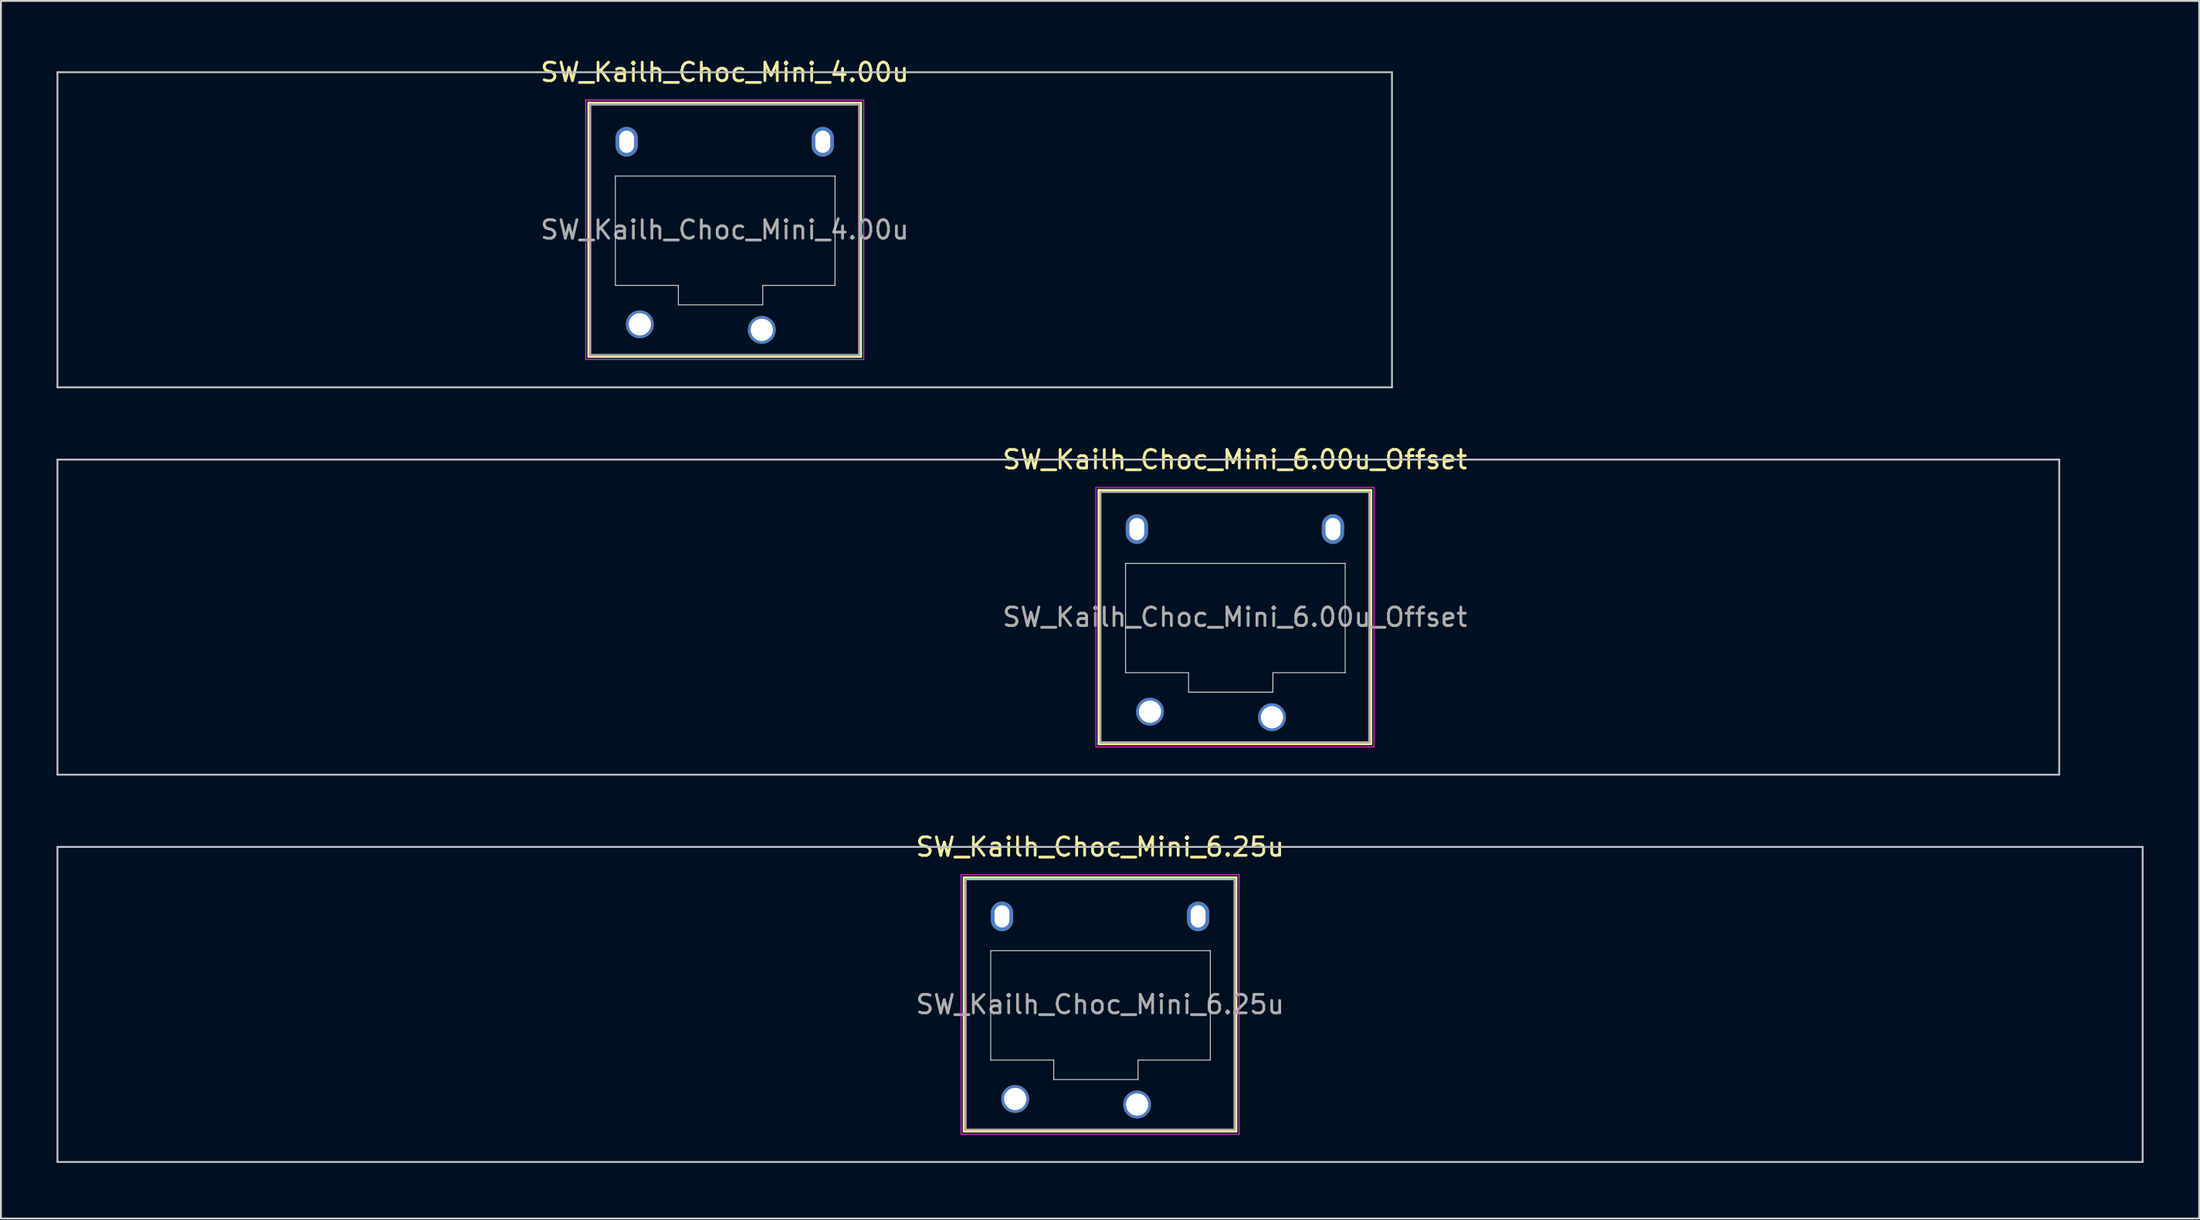
<source format=kicad_pcb>
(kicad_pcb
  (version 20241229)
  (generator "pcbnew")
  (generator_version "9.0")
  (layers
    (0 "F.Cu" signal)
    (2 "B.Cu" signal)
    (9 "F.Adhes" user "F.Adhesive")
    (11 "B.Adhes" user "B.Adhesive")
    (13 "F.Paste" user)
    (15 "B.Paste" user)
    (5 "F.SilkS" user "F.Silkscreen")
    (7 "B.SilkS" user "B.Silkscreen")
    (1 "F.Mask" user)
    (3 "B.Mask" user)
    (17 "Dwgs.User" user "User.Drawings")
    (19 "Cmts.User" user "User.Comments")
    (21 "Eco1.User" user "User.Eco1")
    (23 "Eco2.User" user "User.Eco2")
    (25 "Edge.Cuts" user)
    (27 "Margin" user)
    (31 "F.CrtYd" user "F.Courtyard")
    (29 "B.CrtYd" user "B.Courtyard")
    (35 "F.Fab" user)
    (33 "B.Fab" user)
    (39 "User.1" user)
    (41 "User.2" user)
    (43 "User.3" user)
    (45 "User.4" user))
  (footprint "SW_Kailh_Choc_Mini_6.25u"
    (layer "F.Cu")
    (at 56.3 51.145)
    (property "Reference" "SW_Kailh_Choc_Mini_6.25u" (at 0 -8.5 0) (layer "F.SilkS") (effects (font (size 1 1) (thickness 0.15))))
    (attr through_hole)
    (fp_line (start -7.35 -6.85) (end -7.35 6.85) (stroke (width 0.12) (type solid)) (layer "F.SilkS"))
    (fp_line (start -7.35 6.85) (end 7.35 6.85) (stroke (width 0.12) (type solid)) (layer "F.SilkS"))
    (fp_line (start 7.35 -6.85) (end -7.35 -6.85) (stroke (width 0.12) (type solid)) (layer "F.SilkS"))
    (fp_line (start 7.35 6.85) (end 7.35 -6.85) (stroke (width 0.12) (type solid)) (layer "F.SilkS"))
    (fp_line (start -56.25 -8.5) (end -56.25 8.5) (stroke (width 0.1) (type solid)) (layer "Dwgs.User"))
    (fp_line (start -56.25 8.5) (end 56.25 8.5) (stroke (width 0.1) (type solid)) (layer "Dwgs.User"))
    (fp_line (start 56.25 -8.5) (end -56.25 -8.5) (stroke (width 0.1) (type solid)) (layer "Dwgs.User"))
    (fp_line (start 56.25 8.5) (end 56.25 -8.5) (stroke (width 0.1) (type solid)) (layer "Dwgs.User"))
    (fp_line (start -6.85 -6.35) (end -6.85 6.35) (stroke (width 0.1) (type solid)) (layer "Eco1.User"))
    (fp_line (start -6.85 6.35) (end 6.85 6.35) (stroke (width 0.1) (type solid)) (layer "Eco1.User"))
    (fp_line (start 6.85 -6.35) (end -6.85 -6.35) (stroke (width 0.1) (type solid)) (layer "Eco1.User"))
    (fp_line (start 6.85 6.35) (end 6.85 -6.35) (stroke (width 0.1) (type solid)) (layer "Eco1.User"))
    (fp_line (start -5.9 -2.9) (end -5.9 3) (stroke (width 0.05) (type solid)) (layer "Edge.Cuts"))
    (fp_line (start -5.9 3) (end -2.5 3) (stroke (width 0.05) (type solid)) (layer "Edge.Cuts"))
    (fp_line (start -2.5 3) (end -2.5 4.05) (stroke (width 0.05) (type solid)) (layer "Edge.Cuts"))
    (fp_line (start -2.5 4.05) (end 2.05 4.05) (stroke (width 0.05) (type solid)) (layer "Edge.Cuts"))
    (fp_line (start 2.05 3) (end 5.95 3) (stroke (width 0.05) (type solid)) (layer "Edge.Cuts"))
    (fp_line (start 2.05 4.05) (end 2.05 3) (stroke (width 0.05) (type solid)) (layer "Edge.Cuts"))
    (fp_line (start 5.95 -2.9) (end -5.9 -2.9) (stroke (width 0.05) (type solid)) (layer "Edge.Cuts"))
    (fp_line (start 5.95 3) (end 5.95 -2.9) (stroke (width 0.05) (type solid)) (layer "Edge.Cuts"))
    (fp_line (start -7.5 -7) (end -7.5 7) (stroke (width 0.05) (type solid)) (layer "F.CrtYd"))
    (fp_line (start -7.5 7) (end 7.5 7) (stroke (width 0.05) (type solid)) (layer "F.CrtYd"))
    (fp_line (start 7.5 -7) (end -7.5 -7) (stroke (width 0.05) (type solid)) (layer "F.CrtYd"))
    (fp_line (start 7.5 7) (end 7.5 -7) (stroke (width 0.05) (type solid)) (layer "F.CrtYd"))
    (fp_line (start -7.25 -6.75) (end -7.25 6.75) (stroke (width 0.1) (type solid)) (layer "F.Fab"))
    (fp_line (start -7.25 6.75) (end 7.25 6.75) (stroke (width 0.1) (type solid)) (layer "F.Fab"))
    (fp_line (start 7.25 -6.75) (end -7.25 -6.75) (stroke (width 0.1) (type solid)) (layer "F.Fab"))
    (fp_line (start 7.25 6.75) (end 7.25 -6.75) (stroke (width 0.1) (type solid)) (layer "F.Fab"))
    (fp_text user "${REFERENCE}" (at 0 0 0) (layer "F.Fab") (effects (font (size 1 1) (thickness 0.15))))
    (pad "" np_thru_hole oval (at -5.29 -4.75) (size 1.2 1.6) (drill oval 0.8 1.2) (layers "*.Cu" "*.Mask"))
    (pad "" smd circle (at -4.58 5.1) (size 1.25 1.25) (layers "F.Mask"))
    (pad "" smd circle (at 2 5.4) (size 1.25 1.25) (layers "F.Mask"))
    (pad "" np_thru_hole oval (at 5.29 -4.75) (size 1.2 1.6) (drill oval 0.8 1.2) (layers "*.Cu" "*.Mask"))
    (pad "1" thru_hole circle (at 2 5.4) (size 1.5 1.5) (drill 1.2) (layers "*.Cu" "B.Mask"))
    (pad "2" thru_hole circle (at -4.58 5.1) (size 1.5 1.5) (drill 1.2) (layers "*.Cu" "B.Mask")))
  (footprint "SW_Kailh_Choc_Mini_6.00u_Offset"
    (layer "F.Cu")
    (at 63.575 30.247)
    (property "Reference" "SW_Kailh_Choc_Mini_6.00u_Offset" (at 0 -8.5 0) (layer "F.SilkS") (effects (font (size 1 1) (thickness 0.15))))
    (attr through_hole)
    (fp_line (start -7.35 -6.85) (end -7.35 6.85) (stroke (width 0.12) (type solid)) (layer "F.SilkS"))
    (fp_line (start -7.35 6.85) (end 7.35 6.85) (stroke (width 0.12) (type solid)) (layer "F.SilkS"))
    (fp_line (start 7.35 -6.85) (end -7.35 -6.85) (stroke (width 0.12) (type solid)) (layer "F.SilkS"))
    (fp_line (start 7.35 6.85) (end 7.35 -6.85) (stroke (width 0.12) (type solid)) (layer "F.SilkS"))
    (fp_line (start -63.525 -8.5) (end -63.525 8.5) (stroke (width 0.1) (type solid)) (layer "Dwgs.User"))
    (fp_line (start -63.525 8.5) (end 44.475 8.5) (stroke (width 0.1) (type solid)) (layer "Dwgs.User"))
    (fp_line (start 44.475 -8.5) (end -63.525 -8.5) (stroke (width 0.1) (type solid)) (layer "Dwgs.User"))
    (fp_line (start 44.475 8.5) (end 44.475 -8.5) (stroke (width 0.1) (type solid)) (layer "Dwgs.User"))
    (fp_line (start -6.85 -6.35) (end -6.85 6.35) (stroke (width 0.1) (type solid)) (layer "Eco1.User"))
    (fp_line (start -6.85 6.35) (end 6.85 6.35) (stroke (width 0.1) (type solid)) (layer "Eco1.User"))
    (fp_line (start 6.85 -6.35) (end -6.85 -6.35) (stroke (width 0.1) (type solid)) (layer "Eco1.User"))
    (fp_line (start 6.85 6.35) (end 6.85 -6.35) (stroke (width 0.1) (type solid)) (layer "Eco1.User"))
    (fp_line (start -5.9 -2.9) (end -5.9 3) (stroke (width 0.05) (type solid)) (layer "Edge.Cuts"))
    (fp_line (start -5.9 3) (end -2.5 3) (stroke (width 0.05) (type solid)) (layer "Edge.Cuts"))
    (fp_line (start -2.5 3) (end -2.5 4.05) (stroke (width 0.05) (type solid)) (layer "Edge.Cuts"))
    (fp_line (start -2.5 4.05) (end 2.05 4.05) (stroke (width 0.05) (type solid)) (layer "Edge.Cuts"))
    (fp_line (start 2.05 3) (end 5.95 3) (stroke (width 0.05) (type solid)) (layer "Edge.Cuts"))
    (fp_line (start 2.05 4.05) (end 2.05 3) (stroke (width 0.05) (type solid)) (layer "Edge.Cuts"))
    (fp_line (start 5.95 -2.9) (end -5.9 -2.9) (stroke (width 0.05) (type solid)) (layer "Edge.Cuts"))
    (fp_line (start 5.95 3) (end 5.95 -2.9) (stroke (width 0.05) (type solid)) (layer "Edge.Cuts"))
    (fp_line (start -7.5 -7) (end -7.5 7) (stroke (width 0.05) (type solid)) (layer "F.CrtYd"))
    (fp_line (start -7.5 7) (end 7.5 7) (stroke (width 0.05) (type solid)) (layer "F.CrtYd"))
    (fp_line (start 7.5 -7) (end -7.5 -7) (stroke (width 0.05) (type solid)) (layer "F.CrtYd"))
    (fp_line (start 7.5 7) (end 7.5 -7) (stroke (width 0.05) (type solid)) (layer "F.CrtYd"))
    (fp_line (start -7.25 -6.75) (end -7.25 6.75) (stroke (width 0.1) (type solid)) (layer "F.Fab"))
    (fp_line (start -7.25 6.75) (end 7.25 6.75) (stroke (width 0.1) (type solid)) (layer "F.Fab"))
    (fp_line (start 7.25 -6.75) (end -7.25 -6.75) (stroke (width 0.1) (type solid)) (layer "F.Fab"))
    (fp_line (start 7.25 6.75) (end 7.25 -6.75) (stroke (width 0.1) (type solid)) (layer "F.Fab"))
    (fp_text user "${REFERENCE}" (at 0 0 0) (layer "F.Fab") (effects (font (size 1 1) (thickness 0.15))))
    (pad "" np_thru_hole oval (at -5.29 -4.75) (size 1.2 1.6) (drill oval 0.8 1.2) (layers "*.Cu" "*.Mask"))
    (pad "" smd circle (at -4.58 5.1) (size 1.25 1.25) (layers "F.Mask"))
    (pad "" smd circle (at 2 5.4) (size 1.25 1.25) (layers "F.Mask"))
    (pad "" np_thru_hole oval (at 5.29 -4.75) (size 1.2 1.6) (drill oval 0.8 1.2) (layers "*.Cu" "*.Mask"))
    (pad "1" thru_hole circle (at 2 5.4) (size 1.5 1.5) (drill 1.2) (layers "*.Cu" "B.Mask"))
    (pad "2" thru_hole circle (at -4.58 5.1) (size 1.5 1.5) (drill 1.2) (layers "*.Cu" "B.Mask")))
  (footprint "SW_Kailh_Choc_Mini_4.00u"
    (layer "F.Cu")
    (at 36.05 9.348)
    (property "Reference" "SW_Kailh_Choc_Mini_4.00u" (at 0 -8.5 0) (layer "F.SilkS") (effects (font (size 1 1) (thickness 0.15))))
    (attr through_hole)
    (fp_line (start -7.35 -6.85) (end -7.35 6.85) (stroke (width 0.12) (type solid)) (layer "F.SilkS"))
    (fp_line (start -7.35 6.85) (end 7.35 6.85) (stroke (width 0.12) (type solid)) (layer "F.SilkS"))
    (fp_line (start 7.35 -6.85) (end -7.35 -6.85) (stroke (width 0.12) (type solid)) (layer "F.SilkS"))
    (fp_line (start 7.35 6.85) (end 7.35 -6.85) (stroke (width 0.12) (type solid)) (layer "F.SilkS"))
    (fp_line (start -36 -8.5) (end -36 8.5) (stroke (width 0.1) (type solid)) (layer "Dwgs.User"))
    (fp_line (start -36 8.5) (end 36 8.5) (stroke (width 0.1) (type solid)) (layer "Dwgs.User"))
    (fp_line (start 36 -8.5) (end -36 -8.5) (stroke (width 0.1) (type solid)) (layer "Dwgs.User"))
    (fp_line (start 36 8.5) (end 36 -8.5) (stroke (width 0.1) (type solid)) (layer "Dwgs.User"))
    (fp_line (start -6.85 -6.35) (end -6.85 6.35) (stroke (width 0.1) (type solid)) (layer "Eco1.User"))
    (fp_line (start -6.85 6.35) (end 6.85 6.35) (stroke (width 0.1) (type solid)) (layer "Eco1.User"))
    (fp_line (start 6.85 -6.35) (end -6.85 -6.35) (stroke (width 0.1) (type solid)) (layer "Eco1.User"))
    (fp_line (start 6.85 6.35) (end 6.85 -6.35) (stroke (width 0.1) (type solid)) (layer "Eco1.User"))
    (fp_line (start -5.9 -2.9) (end -5.9 3) (stroke (width 0.05) (type solid)) (layer "Edge.Cuts"))
    (fp_line (start -5.9 3) (end -2.5 3) (stroke (width 0.05) (type solid)) (layer "Edge.Cuts"))
    (fp_line (start -2.5 3) (end -2.5 4.05) (stroke (width 0.05) (type solid)) (layer "Edge.Cuts"))
    (fp_line (start -2.5 4.05) (end 2.05 4.05) (stroke (width 0.05) (type solid)) (layer "Edge.Cuts"))
    (fp_line (start 2.05 3) (end 5.95 3) (stroke (width 0.05) (type solid)) (layer "Edge.Cuts"))
    (fp_line (start 2.05 4.05) (end 2.05 3) (stroke (width 0.05) (type solid)) (layer "Edge.Cuts"))
    (fp_line (start 5.95 -2.9) (end -5.9 -2.9) (stroke (width 0.05) (type solid)) (layer "Edge.Cuts"))
    (fp_line (start 5.95 3) (end 5.95 -2.9) (stroke (width 0.05) (type solid)) (layer "Edge.Cuts"))
    (fp_line (start -7.5 -7) (end -7.5 7) (stroke (width 0.05) (type solid)) (layer "F.CrtYd"))
    (fp_line (start -7.5 7) (end 7.5 7) (stroke (width 0.05) (type solid)) (layer "F.CrtYd"))
    (fp_line (start 7.5 -7) (end -7.5 -7) (stroke (width 0.05) (type solid)) (layer "F.CrtYd"))
    (fp_line (start 7.5 7) (end 7.5 -7) (stroke (width 0.05) (type solid)) (layer "F.CrtYd"))
    (fp_line (start -7.25 -6.75) (end -7.25 6.75) (stroke (width 0.1) (type solid)) (layer "F.Fab"))
    (fp_line (start -7.25 6.75) (end 7.25 6.75) (stroke (width 0.1) (type solid)) (layer "F.Fab"))
    (fp_line (start 7.25 -6.75) (end -7.25 -6.75) (stroke (width 0.1) (type solid)) (layer "F.Fab"))
    (fp_line (start 7.25 6.75) (end 7.25 -6.75) (stroke (width 0.1) (type solid)) (layer "F.Fab"))
    (fp_text user "${REFERENCE}" (at 0 0 0) (layer "F.Fab") (effects (font (size 1 1) (thickness 0.15))))
    (pad "" np_thru_hole oval (at -5.29 -4.75) (size 1.2 1.6) (drill oval 0.8 1.2) (layers "*.Cu" "*.Mask"))
    (pad "" smd circle (at -4.58 5.1) (size 1.25 1.25) (layers "F.Mask"))
    (pad "" smd circle (at 2 5.4) (size 1.25 1.25) (layers "F.Mask"))
    (pad "" np_thru_hole oval (at 5.29 -4.75) (size 1.2 1.6) (drill oval 0.8 1.2) (layers "*.Cu" "*.Mask"))
    (pad "1" thru_hole circle (at 2 5.4) (size 1.5 1.5) (drill 1.2) (layers "*.Cu" "B.Mask"))
    (pad "2" thru_hole circle (at -4.58 5.1) (size 1.5 1.5) (drill 1.2) (layers "*.Cu" "B.Mask")))
  (gr_rect
    (start -3 -3)
    (end 115.6 62.695)
    (stroke (width 0.1) (type default))
    (fill no)
    (layer "Edge.Cuts")))
</source>
